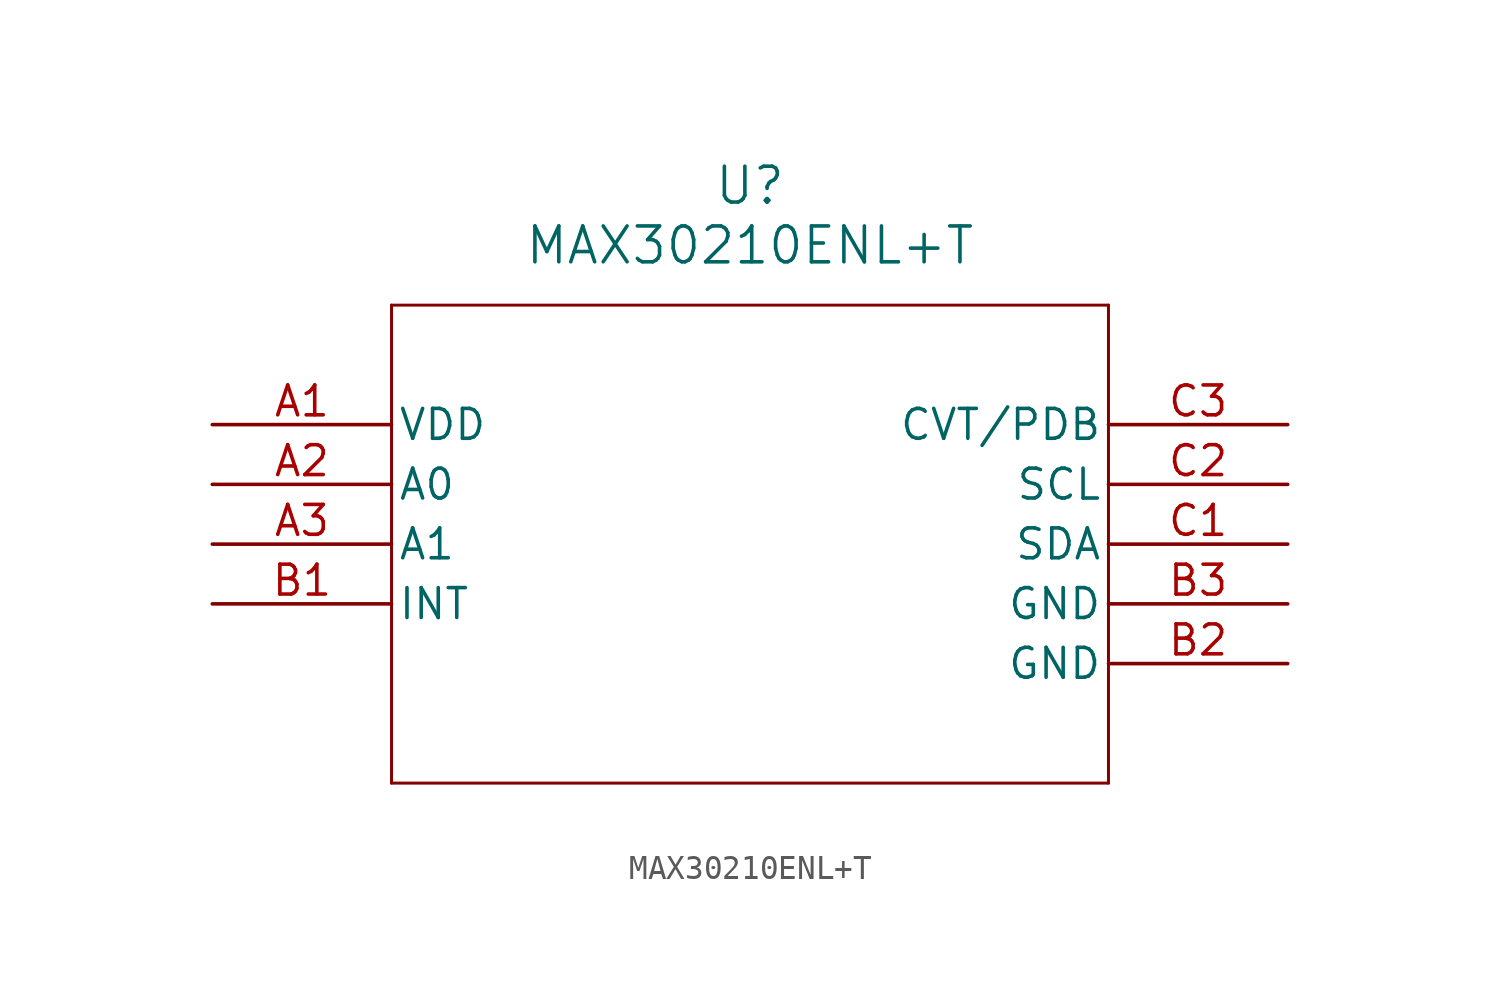
<source format=kicad_sym>
(kicad_symbol_lib
  (version 20211014)
  (generator kicad_symbol_editor)
  (symbol "MAX30210ENL+T"
    (pin_names
      (offset 0.254))
    (property "Reference" "U"
      (at 22.86 10.16 0)
      (effects (font (size 1.524 1.524))))
    (property "Value" "MAX30210ENL+T"
      (at 22.86 7.62 0)
      (effects (font (size 1.524 1.524))))
    (symbol "MAX30210ENL+T_0_1"
      (polyline (pts (xy 7.62 5.08) (xy 7.62 -15.24)) (stroke (width 0.127) (type default) (color 0 0 0 0)) (fill (type none)))
      (polyline (pts (xy 7.62 -15.24) (xy 38.1 -15.24)) (stroke (width 0.127) (type default) (color 0 0 0 0)) (fill (type none)))
      (polyline (pts (xy 38.1 -15.24) (xy 38.1 5.08)) (stroke (width 0.127) (type default) (color 0 0 0 0)) (fill (type none)))
      (polyline (pts (xy 38.1 5.08) (xy 7.62 5.08)) (stroke (width 0.127) (type default) (color 0 0 0 0)) (fill (type none)))
      (pin power_in line (at 0 0 0) (length 7.62) (name "VDD" (effects (font (size 1.27 1.27)))) (number "A1" (effects (font (size 1.27 1.27)))))
      (pin input line (at 0 -2.54 0) (length 7.62) (name "A0" (effects (font (size 1.27 1.27)))) (number "A2" (effects (font (size 1.27 1.27)))))
      (pin input line (at 0 -5.08 0) (length 7.62) (name "A1" (effects (font (size 1.27 1.27)))) (number "A3" (effects (font (size 1.27 1.27)))))
      (pin output line (at 0 -7.62 0) (length 7.62) (name "INT" (effects (font (size 1.27 1.27)))) (number "B1" (effects (font (size 1.27 1.27)))))
      (pin power_out line (at 45.72 -10.16 180) (length 7.62) (name "GND" (effects (font (size 1.27 1.27)))) (number "B2" (effects (font (size 1.27 1.27)))))
      (pin power_out line (at 45.72 -7.62 180) (length 7.62) (name "GND" (effects (font (size 1.27 1.27)))) (number "B3" (effects (font (size 1.27 1.27)))))
      (pin bidirectional line (at 45.72 -5.08 180) (length 7.62) (name "SDA" (effects (font (size 1.27 1.27)))) (number "C1" (effects (font (size 1.27 1.27)))))
      (pin input line (at 45.72 -2.54 180) (length 7.62) (name "SCL" (effects (font (size 1.27 1.27)))) (number "C2" (effects (font (size 1.27 1.27)))))
      (pin input line (at 45.72 0 180) (length 7.62) (name "CVT/PDB" (effects (font (size 1.27 1.27)))) (number "C3" (effects (font (size 1.27 1.27))))))))
</source>
